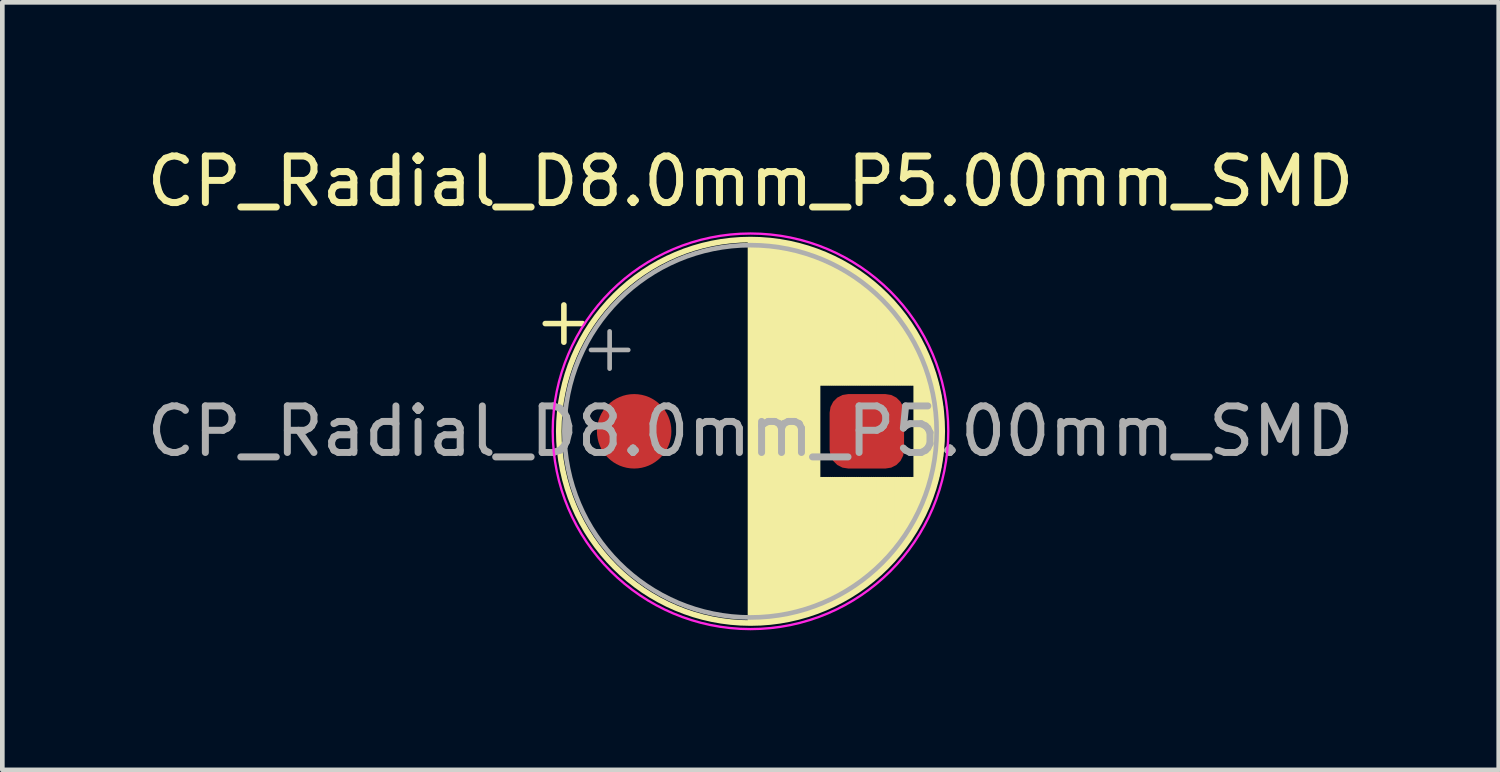
<source format=kicad_pcb>
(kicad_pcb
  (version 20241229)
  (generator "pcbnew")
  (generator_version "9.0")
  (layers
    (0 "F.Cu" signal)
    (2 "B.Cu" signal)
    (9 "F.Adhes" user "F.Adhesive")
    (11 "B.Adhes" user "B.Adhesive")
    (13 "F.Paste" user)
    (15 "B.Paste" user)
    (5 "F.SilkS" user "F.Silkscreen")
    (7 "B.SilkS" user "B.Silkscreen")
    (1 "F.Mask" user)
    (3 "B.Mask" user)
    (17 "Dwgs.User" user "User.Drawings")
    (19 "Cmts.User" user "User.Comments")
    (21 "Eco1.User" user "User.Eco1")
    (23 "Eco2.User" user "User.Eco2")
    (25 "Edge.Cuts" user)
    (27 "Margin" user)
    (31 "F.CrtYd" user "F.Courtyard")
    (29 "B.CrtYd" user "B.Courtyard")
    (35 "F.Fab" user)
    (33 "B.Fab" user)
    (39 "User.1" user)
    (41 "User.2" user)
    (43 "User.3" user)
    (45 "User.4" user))
  (footprint "CP_Radial_D8.0mm_P5.00mm_SMD"
    (layer "F.Cu")
    (at 10.577 6.218)
    (property "Reference" "CP_Radial_D8.0mm_P5.00mm_SMD" (at 2.5 -5.37 0) (layer "F.SilkS") (effects (font (size 1 1) (thickness 0.15))))
    (attr through_hole)
    (fp_line (start -1.91 -2.315) (end -1.11 -2.315) (stroke (width 0.12) (type solid)) (layer "F.SilkS"))
    (fp_line (start -1.51 -2.715) (end -1.51 -1.915) (stroke (width 0.12) (type solid)) (layer "F.SilkS"))
    (fp_line (start 2.5 -4.08) (end 2.5 4.08) (stroke (width 0.12) (type solid)) (layer "F.SilkS"))
    (fp_line (start 2.54 -4.08) (end 2.54 4.08) (stroke (width 0.12) (type solid)) (layer "F.SilkS"))
    (fp_line (start 2.58 -4.08) (end 2.58 4.08) (stroke (width 0.12) (type solid)) (layer "F.SilkS"))
    (fp_line (start 2.62 -4.079) (end 2.62 4.079) (stroke (width 0.12) (type solid)) (layer "F.SilkS"))
    (fp_line (start 2.66 -4.077) (end 2.66 4.077) (stroke (width 0.12) (type solid)) (layer "F.SilkS"))
    (fp_line (start 2.7 -4.076) (end 2.7 4.076) (stroke (width 0.12) (type solid)) (layer "F.SilkS"))
    (fp_line (start 2.74 -4.074) (end 2.74 4.074) (stroke (width 0.12) (type solid)) (layer "F.SilkS"))
    (fp_line (start 2.78 -4.071) (end 2.78 4.071) (stroke (width 0.12) (type solid)) (layer "F.SilkS"))
    (fp_line (start 2.82 -4.068) (end 2.82 4.068) (stroke (width 0.12) (type solid)) (layer "F.SilkS"))
    (fp_line (start 2.86 -4.065) (end 2.86 4.065) (stroke (width 0.12) (type solid)) (layer "F.SilkS"))
    (fp_line (start 2.9 -4.061) (end 2.9 4.061) (stroke (width 0.12) (type solid)) (layer "F.SilkS"))
    (fp_line (start 2.94 -4.057) (end 2.94 4.057) (stroke (width 0.12) (type solid)) (layer "F.SilkS"))
    (fp_line (start 2.98 -4.052) (end 2.98 4.052) (stroke (width 0.12) (type solid)) (layer "F.SilkS"))
    (fp_line (start 3.02 -4.048) (end 3.02 4.048) (stroke (width 0.12) (type solid)) (layer "F.SilkS"))
    (fp_line (start 3.06 -4.042) (end 3.06 4.042) (stroke (width 0.12) (type solid)) (layer "F.SilkS"))
    (fp_line (start 3.1 -4.037) (end 3.1 4.037) (stroke (width 0.12) (type solid)) (layer "F.SilkS"))
    (fp_line (start 3.14 -4.03) (end 3.14 4.03) (stroke (width 0.12) (type solid)) (layer "F.SilkS"))
    (fp_line (start 3.18 -4.024) (end 3.18 4.024) (stroke (width 0.12) (type solid)) (layer "F.SilkS"))
    (fp_line (start 3.221 -4.017) (end 3.221 4.017) (stroke (width 0.12) (type solid)) (layer "F.SilkS"))
    (fp_line (start 3.261 -4.01) (end 3.261 4.01) (stroke (width 0.12) (type solid)) (layer "F.SilkS"))
    (fp_line (start 3.301 -4.002) (end 3.301 4.002) (stroke (width 0.12) (type solid)) (layer "F.SilkS"))
    (fp_line (start 3.341 -3.994) (end 3.341 3.994) (stroke (width 0.12) (type solid)) (layer "F.SilkS"))
    (fp_line (start 3.381 -3.985) (end 3.381 3.985) (stroke (width 0.12) (type solid)) (layer "F.SilkS"))
    (fp_line (start 3.421 -3.976) (end 3.421 3.976) (stroke (width 0.12) (type solid)) (layer "F.SilkS"))
    (fp_line (start 3.461 -3.967) (end 3.461 3.967) (stroke (width 0.12) (type solid)) (layer "F.SilkS"))
    (fp_line (start 3.501 -3.957) (end 3.501 3.957) (stroke (width 0.12) (type solid)) (layer "F.SilkS"))
    (fp_line (start 3.541 -3.947) (end 3.541 3.947) (stroke (width 0.12) (type solid)) (layer "F.SilkS"))
    (fp_line (start 3.581 -3.936) (end 3.581 3.936) (stroke (width 0.12) (type solid)) (layer "F.SilkS"))
    (fp_line (start 3.621 -3.925) (end 3.621 3.925) (stroke (width 0.12) (type solid)) (layer "F.SilkS"))
    (fp_line (start 3.661 -3.914) (end 3.661 3.914) (stroke (width 0.12) (type solid)) (layer "F.SilkS"))
    (fp_line (start 3.701 -3.902) (end 3.701 3.902) (stroke (width 0.12) (type solid)) (layer "F.SilkS"))
    (fp_line (start 3.741 -3.889) (end 3.741 3.889) (stroke (width 0.12) (type solid)) (layer "F.SilkS"))
    (fp_line (start 3.781 -3.877) (end 3.781 3.877) (stroke (width 0.12) (type solid)) (layer "F.SilkS"))
    (fp_line (start 3.821 -3.863) (end 3.821 3.863) (stroke (width 0.12) (type solid)) (layer "F.SilkS"))
    (fp_line (start 3.861 -3.85) (end 3.861 3.85) (stroke (width 0.12) (type solid)) (layer "F.SilkS"))
    (fp_line (start 3.901 -3.835) (end 3.901 3.835) (stroke (width 0.12) (type solid)) (layer "F.SilkS"))
    (fp_line (start 3.941 -3.821) (end 3.941 3.821) (stroke (width 0.12) (type solid)) (layer "F.SilkS"))
    (fp_line (start 3.981 -3.805) (end 3.981 -1.04) (stroke (width 0.12) (type solid)) (layer "F.SilkS"))
    (fp_line (start 3.981 1.04) (end 3.981 3.805) (stroke (width 0.12) (type solid)) (layer "F.SilkS"))
    (fp_line (start 4.021 -3.79) (end 4.021 -1.04) (stroke (width 0.12) (type solid)) (layer "F.SilkS"))
    (fp_line (start 4.021 1.04) (end 4.021 3.79) (stroke (width 0.12) (type solid)) (layer "F.SilkS"))
    (fp_line (start 4.061 -3.774) (end 4.061 -1.04) (stroke (width 0.12) (type solid)) (layer "F.SilkS"))
    (fp_line (start 4.061 1.04) (end 4.061 3.774) (stroke (width 0.12) (type solid)) (layer "F.SilkS"))
    (fp_line (start 4.101 -3.757) (end 4.101 -1.04) (stroke (width 0.12) (type solid)) (layer "F.SilkS"))
    (fp_line (start 4.101 1.04) (end 4.101 3.757) (stroke (width 0.12) (type solid)) (layer "F.SilkS"))
    (fp_line (start 4.141 -3.74) (end 4.141 -1.04) (stroke (width 0.12) (type solid)) (layer "F.SilkS"))
    (fp_line (start 4.141 1.04) (end 4.141 3.74) (stroke (width 0.12) (type solid)) (layer "F.SilkS"))
    (fp_line (start 4.181 -3.722) (end 4.181 -1.04) (stroke (width 0.12) (type solid)) (layer "F.SilkS"))
    (fp_line (start 4.181 1.04) (end 4.181 3.722) (stroke (width 0.12) (type solid)) (layer "F.SilkS"))
    (fp_line (start 4.221 -3.704) (end 4.221 -1.04) (stroke (width 0.12) (type solid)) (layer "F.SilkS"))
    (fp_line (start 4.221 1.04) (end 4.221 3.704) (stroke (width 0.12) (type solid)) (layer "F.SilkS"))
    (fp_line (start 4.261 -3.686) (end 4.261 -1.04) (stroke (width 0.12) (type solid)) (layer "F.SilkS"))
    (fp_line (start 4.261 1.04) (end 4.261 3.686) (stroke (width 0.12) (type solid)) (layer "F.SilkS"))
    (fp_line (start 4.301 -3.666) (end 4.301 -1.04) (stroke (width 0.12) (type solid)) (layer "F.SilkS"))
    (fp_line (start 4.301 1.04) (end 4.301 3.666) (stroke (width 0.12) (type solid)) (layer "F.SilkS"))
    (fp_line (start 4.341 -3.647) (end 4.341 -1.04) (stroke (width 0.12) (type solid)) (layer "F.SilkS"))
    (fp_line (start 4.341 1.04) (end 4.341 3.647) (stroke (width 0.12) (type solid)) (layer "F.SilkS"))
    (fp_line (start 4.381 -3.627) (end 4.381 -1.04) (stroke (width 0.12) (type solid)) (layer "F.SilkS"))
    (fp_line (start 4.381 1.04) (end 4.381 3.627) (stroke (width 0.12) (type solid)) (layer "F.SilkS"))
    (fp_line (start 4.421 -3.606) (end 4.421 -1.04) (stroke (width 0.12) (type solid)) (layer "F.SilkS"))
    (fp_line (start 4.421 1.04) (end 4.421 3.606) (stroke (width 0.12) (type solid)) (layer "F.SilkS"))
    (fp_line (start 4.461 -3.584) (end 4.461 -1.04) (stroke (width 0.12) (type solid)) (layer "F.SilkS"))
    (fp_line (start 4.461 1.04) (end 4.461 3.584) (stroke (width 0.12) (type solid)) (layer "F.SilkS"))
    (fp_line (start 4.501 -3.562) (end 4.501 -1.04) (stroke (width 0.12) (type solid)) (layer "F.SilkS"))
    (fp_line (start 4.501 1.04) (end 4.501 3.562) (stroke (width 0.12) (type solid)) (layer "F.SilkS"))
    (fp_line (start 4.541 -3.54) (end 4.541 -1.04) (stroke (width 0.12) (type solid)) (layer "F.SilkS"))
    (fp_line (start 4.541 1.04) (end 4.541 3.54) (stroke (width 0.12) (type solid)) (layer "F.SilkS"))
    (fp_line (start 4.581 -3.517) (end 4.581 -1.04) (stroke (width 0.12) (type solid)) (layer "F.SilkS"))
    (fp_line (start 4.581 1.04) (end 4.581 3.517) (stroke (width 0.12) (type solid)) (layer "F.SilkS"))
    (fp_line (start 4.621 -3.493) (end 4.621 -1.04) (stroke (width 0.12) (type solid)) (layer "F.SilkS"))
    (fp_line (start 4.621 1.04) (end 4.621 3.493) (stroke (width 0.12) (type solid)) (layer "F.SilkS"))
    (fp_line (start 4.661 -3.469) (end 4.661 -1.04) (stroke (width 0.12) (type solid)) (layer "F.SilkS"))
    (fp_line (start 4.661 1.04) (end 4.661 3.469) (stroke (width 0.12) (type solid)) (layer "F.SilkS"))
    (fp_line (start 4.701 -3.444) (end 4.701 -1.04) (stroke (width 0.12) (type solid)) (layer "F.SilkS"))
    (fp_line (start 4.701 1.04) (end 4.701 3.444) (stroke (width 0.12) (type solid)) (layer "F.SilkS"))
    (fp_line (start 4.741 -3.418) (end 4.741 -1.04) (stroke (width 0.12) (type solid)) (layer "F.SilkS"))
    (fp_line (start 4.741 1.04) (end 4.741 3.418) (stroke (width 0.12) (type solid)) (layer "F.SilkS"))
    (fp_line (start 4.781 -3.392) (end 4.781 -1.04) (stroke (width 0.12) (type solid)) (layer "F.SilkS"))
    (fp_line (start 4.781 1.04) (end 4.781 3.392) (stroke (width 0.12) (type solid)) (layer "F.SilkS"))
    (fp_line (start 4.821 -3.365) (end 4.821 -1.04) (stroke (width 0.12) (type solid)) (layer "F.SilkS"))
    (fp_line (start 4.821 1.04) (end 4.821 3.365) (stroke (width 0.12) (type solid)) (layer "F.SilkS"))
    (fp_line (start 4.861 -3.338) (end 4.861 -1.04) (stroke (width 0.12) (type solid)) (layer "F.SilkS"))
    (fp_line (start 4.861 1.04) (end 4.861 3.338) (stroke (width 0.12) (type solid)) (layer "F.SilkS"))
    (fp_line (start 4.901 -3.309) (end 4.901 -1.04) (stroke (width 0.12) (type solid)) (layer "F.SilkS"))
    (fp_line (start 4.901 1.04) (end 4.901 3.309) (stroke (width 0.12) (type solid)) (layer "F.SilkS"))
    (fp_line (start 4.941 -3.28) (end 4.941 -1.04) (stroke (width 0.12) (type solid)) (layer "F.SilkS"))
    (fp_line (start 4.941 1.04) (end 4.941 3.28) (stroke (width 0.12) (type solid)) (layer "F.SilkS"))
    (fp_line (start 4.981 -3.25) (end 4.981 -1.04) (stroke (width 0.12) (type solid)) (layer "F.SilkS"))
    (fp_line (start 4.981 1.04) (end 4.981 3.25) (stroke (width 0.12) (type solid)) (layer "F.SilkS"))
    (fp_line (start 5.021 -3.22) (end 5.021 -1.04) (stroke (width 0.12) (type solid)) (layer "F.SilkS"))
    (fp_line (start 5.021 1.04) (end 5.021 3.22) (stroke (width 0.12) (type solid)) (layer "F.SilkS"))
    (fp_line (start 5.061 -3.189) (end 5.061 -1.04) (stroke (width 0.12) (type solid)) (layer "F.SilkS"))
    (fp_line (start 5.061 1.04) (end 5.061 3.189) (stroke (width 0.12) (type solid)) (layer "F.SilkS"))
    (fp_line (start 5.101 -3.156) (end 5.101 -1.04) (stroke (width 0.12) (type solid)) (layer "F.SilkS"))
    (fp_line (start 5.101 1.04) (end 5.101 3.156) (stroke (width 0.12) (type solid)) (layer "F.SilkS"))
    (fp_line (start 5.141 -3.124) (end 5.141 -1.04) (stroke (width 0.12) (type solid)) (layer "F.SilkS"))
    (fp_line (start 5.141 1.04) (end 5.141 3.124) (stroke (width 0.12) (type solid)) (layer "F.SilkS"))
    (fp_line (start 5.181 -3.09) (end 5.181 -1.04) (stroke (width 0.12) (type solid)) (layer "F.SilkS"))
    (fp_line (start 5.181 1.04) (end 5.181 3.09) (stroke (width 0.12) (type solid)) (layer "F.SilkS"))
    (fp_line (start 5.221 -3.055) (end 5.221 -1.04) (stroke (width 0.12) (type solid)) (layer "F.SilkS"))
    (fp_line (start 5.221 1.04) (end 5.221 3.055) (stroke (width 0.12) (type solid)) (layer "F.SilkS"))
    (fp_line (start 5.261 -3.019) (end 5.261 -1.04) (stroke (width 0.12) (type solid)) (layer "F.SilkS"))
    (fp_line (start 5.261 1.04) (end 5.261 3.019) (stroke (width 0.12) (type solid)) (layer "F.SilkS"))
    (fp_line (start 5.301 -2.983) (end 5.301 -1.04) (stroke (width 0.12) (type solid)) (layer "F.SilkS"))
    (fp_line (start 5.301 1.04) (end 5.301 2.983) (stroke (width 0.12) (type solid)) (layer "F.SilkS"))
    (fp_line (start 5.341 -2.945) (end 5.341 -1.04) (stroke (width 0.12) (type solid)) (layer "F.SilkS"))
    (fp_line (start 5.341 1.04) (end 5.341 2.945) (stroke (width 0.12) (type solid)) (layer "F.SilkS"))
    (fp_line (start 5.381 -2.907) (end 5.381 -1.04) (stroke (width 0.12) (type solid)) (layer "F.SilkS"))
    (fp_line (start 5.381 1.04) (end 5.381 2.907) (stroke (width 0.12) (type solid)) (layer "F.SilkS"))
    (fp_line (start 5.421 -2.867) (end 5.421 -1.04) (stroke (width 0.12) (type solid)) (layer "F.SilkS"))
    (fp_line (start 5.421 1.04) (end 5.421 2.867) (stroke (width 0.12) (type solid)) (layer "F.SilkS"))
    (fp_line (start 5.461 -2.826) (end 5.461 -1.04) (stroke (width 0.12) (type solid)) (layer "F.SilkS"))
    (fp_line (start 5.461 1.04) (end 5.461 2.826) (stroke (width 0.12) (type solid)) (layer "F.SilkS"))
    (fp_line (start 5.501 -2.784) (end 5.501 -1.04) (stroke (width 0.12) (type solid)) (layer "F.SilkS"))
    (fp_line (start 5.501 1.04) (end 5.501 2.784) (stroke (width 0.12) (type solid)) (layer "F.SilkS"))
    (fp_line (start 5.541 -2.741) (end 5.541 -1.04) (stroke (width 0.12) (type solid)) (layer "F.SilkS"))
    (fp_line (start 5.541 1.04) (end 5.541 2.741) (stroke (width 0.12) (type solid)) (layer "F.SilkS"))
    (fp_line (start 5.581 -2.697) (end 5.581 -1.04) (stroke (width 0.12) (type solid)) (layer "F.SilkS"))
    (fp_line (start 5.581 1.04) (end 5.581 2.697) (stroke (width 0.12) (type solid)) (layer "F.SilkS"))
    (fp_line (start 5.621 -2.651) (end 5.621 -1.04) (stroke (width 0.12) (type solid)) (layer "F.SilkS"))
    (fp_line (start 5.621 1.04) (end 5.621 2.651) (stroke (width 0.12) (type solid)) (layer "F.SilkS"))
    (fp_line (start 5.661 -2.604) (end 5.661 -1.04) (stroke (width 0.12) (type solid)) (layer "F.SilkS"))
    (fp_line (start 5.661 1.04) (end 5.661 2.604) (stroke (width 0.12) (type solid)) (layer "F.SilkS"))
    (fp_line (start 5.701 -2.556) (end 5.701 -1.04) (stroke (width 0.12) (type solid)) (layer "F.SilkS"))
    (fp_line (start 5.701 1.04) (end 5.701 2.556) (stroke (width 0.12) (type solid)) (layer "F.SilkS"))
    (fp_line (start 5.741 -2.505) (end 5.741 -1.04) (stroke (width 0.12) (type solid)) (layer "F.SilkS"))
    (fp_line (start 5.741 1.04) (end 5.741 2.505) (stroke (width 0.12) (type solid)) (layer "F.SilkS"))
    (fp_line (start 5.781 -2.454) (end 5.781 -1.04) (stroke (width 0.12) (type solid)) (layer "F.SilkS"))
    (fp_line (start 5.781 1.04) (end 5.781 2.454) (stroke (width 0.12) (type solid)) (layer "F.SilkS"))
    (fp_line (start 5.821 -2.4) (end 5.821 -1.04) (stroke (width 0.12) (type solid)) (layer "F.SilkS"))
    (fp_line (start 5.821 1.04) (end 5.821 2.4) (stroke (width 0.12) (type solid)) (layer "F.SilkS"))
    (fp_line (start 5.861 -2.345) (end 5.861 -1.04) (stroke (width 0.12) (type solid)) (layer "F.SilkS"))
    (fp_line (start 5.861 1.04) (end 5.861 2.345) (stroke (width 0.12) (type solid)) (layer "F.SilkS"))
    (fp_line (start 5.901 -2.287) (end 5.901 -1.04) (stroke (width 0.12) (type solid)) (layer "F.SilkS"))
    (fp_line (start 5.901 1.04) (end 5.901 2.287) (stroke (width 0.12) (type solid)) (layer "F.SilkS"))
    (fp_line (start 5.941 -2.228) (end 5.941 -1.04) (stroke (width 0.12) (type solid)) (layer "F.SilkS"))
    (fp_line (start 5.941 1.04) (end 5.941 2.228) (stroke (width 0.12) (type solid)) (layer "F.SilkS"))
    (fp_line (start 5.981 -2.166) (end 5.981 -1.04) (stroke (width 0.12) (type solid)) (layer "F.SilkS"))
    (fp_line (start 5.981 1.04) (end 5.981 2.166) (stroke (width 0.12) (type solid)) (layer "F.SilkS"))
    (fp_line (start 6.021 -2.102) (end 6.021 -1.04) (stroke (width 0.12) (type solid)) (layer "F.SilkS"))
    (fp_line (start 6.021 1.04) (end 6.021 2.102) (stroke (width 0.12) (type solid)) (layer "F.SilkS"))
    (fp_line (start 6.061 -2.034) (end 6.061 2.034) (stroke (width 0.12) (type solid)) (layer "F.SilkS"))
    (fp_line (start 6.101 -1.964) (end 6.101 1.964) (stroke (width 0.12) (type solid)) (layer "F.SilkS"))
    (fp_line (start 6.141 -1.89) (end 6.141 1.89) (stroke (width 0.12) (type solid)) (layer "F.SilkS"))
    (fp_line (start 6.181 -1.813) (end 6.181 1.813) (stroke (width 0.12) (type solid)) (layer "F.SilkS"))
    (fp_line (start 6.221 -1.731) (end 6.221 1.731) (stroke (width 0.12) (type solid)) (layer "F.SilkS"))
    (fp_line (start 6.261 -1.645) (end 6.261 1.645) (stroke (width 0.12) (type solid)) (layer "F.SilkS"))
    (fp_line (start 6.301 -1.552) (end 6.301 1.552) (stroke (width 0.12) (type solid)) (layer "F.SilkS"))
    (fp_line (start 6.341 -1.453) (end 6.341 1.453) (stroke (width 0.12) (type solid)) (layer "F.SilkS"))
    (fp_line (start 6.381 -1.346) (end 6.381 1.346) (stroke (width 0.12) (type solid)) (layer "F.SilkS"))
    (fp_line (start 6.421 -1.229) (end 6.421 1.229) (stroke (width 0.12) (type solid)) (layer "F.SilkS"))
    (fp_line (start 6.461 -1.098) (end 6.461 1.098) (stroke (width 0.12) (type solid)) (layer "F.SilkS"))
    (fp_line (start 6.501 -0.948) (end 6.501 0.948) (stroke (width 0.12) (type solid)) (layer "F.SilkS"))
    (fp_line (start 6.541 -0.768) (end 6.541 0.768) (stroke (width 0.12) (type solid)) (layer "F.SilkS"))
    (fp_line (start 6.581 -0.533) (end 6.581 0.533) (stroke (width 0.12) (type solid)) (layer "F.SilkS"))
    (fp_circle (center 2.5 0) (end 6.62 0) (stroke (width 0.12) (type solid)) (fill no) (layer "F.SilkS"))
    (fp_circle (center 2.5 0) (end 6.75 0) (stroke (width 0.05) (type solid)) (fill no) (layer "F.CrtYd"))
    (fp_line (start -0.927 -1.748) (end -0.127 -1.748) (stroke (width 0.1) (type solid)) (layer "F.Fab"))
    (fp_line (start -0.527 -2.147) (end -0.527 -1.347) (stroke (width 0.1) (type solid)) (layer "F.Fab"))
    (fp_circle (center 2.5 0) (end 6.5 0) (stroke (width 0.1) (type solid)) (fill no) (layer "F.Fab"))
    (fp_text user "${REFERENCE}" (at 2.5 0 0) (layer "F.Fab") (effects (font (size 1 1) (thickness 0.15))))
    (pad "1" smd circle (at 0 0) (size 1.6 1.6) (layers "F.Cu" "F.Mask" "F.Paste"))
    (pad "2" smd roundrect (at 5 0) (size 1.6 1.6) (layers "F.Cu" "F.Mask" "F.Paste") (roundrect_rratio 0.25)))
  (gr_rect
    (start -3 -3)
    (end 29.155 13.493)
    (stroke (width 0.1) (type default))
    (fill no)
    (layer "Edge.Cuts")))
</source>
